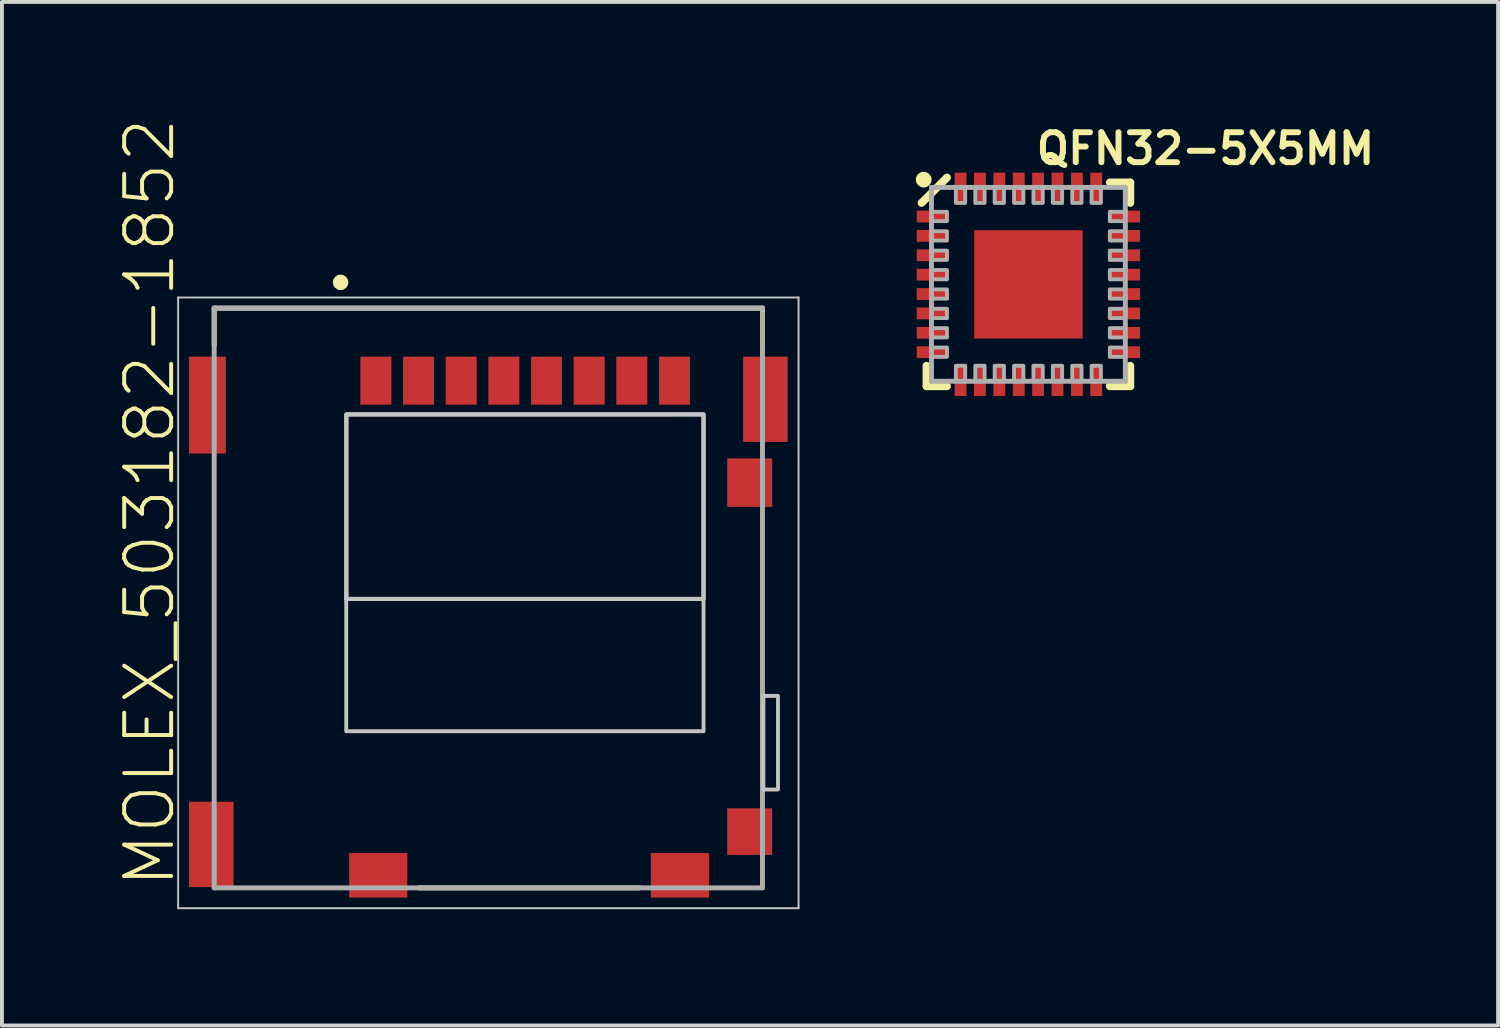
<source format=kicad_pcb>
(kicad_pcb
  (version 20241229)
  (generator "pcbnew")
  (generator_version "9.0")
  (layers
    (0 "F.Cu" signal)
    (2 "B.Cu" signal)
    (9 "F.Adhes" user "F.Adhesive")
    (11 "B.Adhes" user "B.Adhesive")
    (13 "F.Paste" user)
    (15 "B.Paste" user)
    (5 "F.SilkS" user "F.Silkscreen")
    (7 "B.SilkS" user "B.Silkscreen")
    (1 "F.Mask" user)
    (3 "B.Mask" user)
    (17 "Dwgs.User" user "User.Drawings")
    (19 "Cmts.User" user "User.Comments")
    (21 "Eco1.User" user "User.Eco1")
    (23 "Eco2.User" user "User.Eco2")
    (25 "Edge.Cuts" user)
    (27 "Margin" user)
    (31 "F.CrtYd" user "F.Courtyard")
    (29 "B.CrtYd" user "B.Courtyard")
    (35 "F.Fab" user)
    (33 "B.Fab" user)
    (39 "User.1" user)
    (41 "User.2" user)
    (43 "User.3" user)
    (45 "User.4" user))
  (footprint "QFN32-5X5MM"
    (layer "F.Cu")
    (at 23.472 4.283)
    (property "Reference" "QFN32-5X5MM" (at 0.127 -3.048 180) (layer "F.SilkS") (effects (font (size 0.772 0.772) (thickness 0.154)) (justify left bottom)))
    (attr through_hole)
    (fp_line (start -2.627 2.627) (end -2.627 2.1) (stroke (width 0.203) (type solid)) (layer "F.SilkS"))
    (fp_line (start -2.1 -2.754) (end -2.754 -2.1) (stroke (width 0.203) (type solid)) (layer "F.SilkS"))
    (fp_line (start -2.1 2.627) (end -2.627 2.627) (stroke (width 0.203) (type solid)) (layer "F.SilkS"))
    (fp_line (start 2.1 -2.627) (end 2.627 -2.627) (stroke (width 0.203) (type solid)) (layer "F.SilkS"))
    (fp_line (start 2.627 -2.627) (end 2.627 -2.1) (stroke (width 0.203) (type solid)) (layer "F.SilkS"))
    (fp_line (start 2.627 2.1) (end 2.627 2.627) (stroke (width 0.203) (type solid)) (layer "F.SilkS"))
    (fp_line (start 2.627 2.627) (end 2.1 2.627) (stroke (width 0.203) (type solid)) (layer "F.SilkS"))
    (fp_circle (center -2.7 -2.7) (end -2.598 -2.7) (stroke (width 0.203) (type solid)) (fill no) (layer "F.SilkS"))
    (fp_poly (pts (xy -1.45 -0.15) (xy -0.15 -0.15) (xy -0.15 -1.45) (xy -1.45 -1.45)) (stroke (width 0) (type solid)) (fill yes) (layer "F.Paste"))
    (fp_poly (pts (xy -0.15 1.45) (xy -0.15 0.15) (xy -1.45 0.15) (xy -1.45 1.45)) (stroke (width 0) (type solid)) (fill yes) (layer "F.Paste"))
    (fp_poly (pts (xy 0.15 -1.45) (xy 0.15 -0.15) (xy 1.45 -0.15) (xy 1.45 -1.45)) (stroke (width 0) (type solid)) (fill yes) (layer "F.Paste"))
    (fp_poly (pts (xy 1.45 0.15) (xy 0.15 0.15) (xy 0.15 1.45) (xy 1.45 1.45)) (stroke (width 0) (type solid)) (fill yes) (layer "F.Paste"))
    (fp_line (start -2.5 -2.5) (end -2.5 2.5) (stroke (width 0.127) (type solid)) (layer "F.Fab"))
    (fp_line (start -2.5 2.5) (end 2.5 2.5) (stroke (width 0.127) (type solid)) (layer "F.Fab"))
    (fp_line (start 2.5 -2.5) (end -2.5 -2.5) (stroke (width 0.127) (type solid)) (layer "F.Fab"))
    (fp_line (start 2.5 2.5) (end 2.5 -2.5) (stroke (width 0.127) (type solid)) (layer "F.Fab"))
    (fp_poly (pts (xy -2.5 -1.63) (xy -2.1 -1.63) (xy -2.1 -1.87) (xy -2.5 -1.87)) (stroke (width 0.1) (type solid)) (fill no) (layer "F.Fab"))
    (fp_poly (pts (xy -2.5 -1.13) (xy -2.1 -1.13) (xy -2.1 -1.37) (xy -2.5 -1.37)) (stroke (width 0.1) (type solid)) (fill no) (layer "F.Fab"))
    (fp_poly (pts (xy -2.5 -0.63) (xy -2.1 -0.63) (xy -2.1 -0.87) (xy -2.5 -0.87)) (stroke (width 0.1) (type solid)) (fill no) (layer "F.Fab"))
    (fp_poly (pts (xy -2.5 -0.13) (xy -2.1 -0.13) (xy -2.1 -0.37) (xy -2.5 -0.37)) (stroke (width 0.1) (type solid)) (fill no) (layer "F.Fab"))
    (fp_poly (pts (xy -2.5 0.37) (xy -2.1 0.37) (xy -2.1 0.13) (xy -2.5 0.13)) (stroke (width 0.1) (type solid)) (fill no) (layer "F.Fab"))
    (fp_poly (pts (xy -2.5 0.87) (xy -2.1 0.87) (xy -2.1 0.63) (xy -2.5 0.63)) (stroke (width 0.1) (type solid)) (fill no) (layer "F.Fab"))
    (fp_poly (pts (xy -2.5 1.37) (xy -2.1 1.37) (xy -2.1 1.13) (xy -2.5 1.13)) (stroke (width 0.1) (type solid)) (fill no) (layer "F.Fab"))
    (fp_poly (pts (xy -2.5 1.87) (xy -2.1 1.87) (xy -2.1 1.63) (xy -2.5 1.63)) (stroke (width 0.1) (type solid)) (fill no) (layer "F.Fab"))
    (fp_poly (pts (xy -1.87 -2.5) (xy -1.87 -2.1) (xy -1.63 -2.1) (xy -1.63 -2.5)) (stroke (width 0.1) (type solid)) (fill no) (layer "F.Fab"))
    (fp_poly (pts (xy -1.63 2.5) (xy -1.63 2.1) (xy -1.87 2.1) (xy -1.87 2.5)) (stroke (width 0.1) (type solid)) (fill no) (layer "F.Fab"))
    (fp_poly (pts (xy -1.37 -2.5) (xy -1.37 -2.1) (xy -1.13 -2.1) (xy -1.13 -2.5)) (stroke (width 0.1) (type solid)) (fill no) (layer "F.Fab"))
    (fp_poly (pts (xy -1.13 2.5) (xy -1.13 2.1) (xy -1.37 2.1) (xy -1.37 2.5)) (stroke (width 0.1) (type solid)) (fill no) (layer "F.Fab"))
    (fp_poly (pts (xy -0.87 -2.5) (xy -0.87 -2.1) (xy -0.63 -2.1) (xy -0.63 -2.5)) (stroke (width 0.1) (type solid)) (fill no) (layer "F.Fab"))
    (fp_poly (pts (xy -0.63 2.5) (xy -0.63 2.1) (xy -0.87 2.1) (xy -0.87 2.5)) (stroke (width 0.1) (type solid)) (fill no) (layer "F.Fab"))
    (fp_poly (pts (xy -0.37 -2.5) (xy -0.37 -2.1) (xy -0.13 -2.1) (xy -0.13 -2.5)) (stroke (width 0.1) (type solid)) (fill no) (layer "F.Fab"))
    (fp_poly (pts (xy -0.13 2.5) (xy -0.13 2.1) (xy -0.37 2.1) (xy -0.37 2.5)) (stroke (width 0.1) (type solid)) (fill no) (layer "F.Fab"))
    (fp_poly (pts (xy 0.13 -2.5) (xy 0.13 -2.1) (xy 0.37 -2.1) (xy 0.37 -2.5)) (stroke (width 0.1) (type solid)) (fill no) (layer "F.Fab"))
    (fp_poly (pts (xy 0.37 2.5) (xy 0.37 2.1) (xy 0.13 2.1) (xy 0.13 2.5)) (stroke (width 0.1) (type solid)) (fill no) (layer "F.Fab"))
    (fp_poly (pts (xy 0.63 -2.5) (xy 0.63 -2.1) (xy 0.87 -2.1) (xy 0.87 -2.5)) (stroke (width 0.1) (type solid)) (fill no) (layer "F.Fab"))
    (fp_poly (pts (xy 0.87 2.5) (xy 0.87 2.1) (xy 0.63 2.1) (xy 0.63 2.5)) (stroke (width 0.1) (type solid)) (fill no) (layer "F.Fab"))
    (fp_poly (pts (xy 1.13 -2.5) (xy 1.13 -2.1) (xy 1.37 -2.1) (xy 1.37 -2.5)) (stroke (width 0.1) (type solid)) (fill no) (layer "F.Fab"))
    (fp_poly (pts (xy 1.37 2.5) (xy 1.37 2.1) (xy 1.13 2.1) (xy 1.13 2.5)) (stroke (width 0.1) (type solid)) (fill no) (layer "F.Fab"))
    (fp_poly (pts (xy 1.63 -2.5) (xy 1.63 -2.1) (xy 1.87 -2.1) (xy 1.87 -2.5)) (stroke (width 0.1) (type solid)) (fill no) (layer "F.Fab"))
    (fp_poly (pts (xy 1.87 2.5) (xy 1.87 2.1) (xy 1.63 2.1) (xy 1.63 2.5)) (stroke (width 0.1) (type solid)) (fill no) (layer "F.Fab"))
    (fp_poly (pts (xy 2.5 -1.87) (xy 2.1 -1.87) (xy 2.1 -1.63) (xy 2.5 -1.63)) (stroke (width 0.1) (type solid)) (fill no) (layer "F.Fab"))
    (fp_poly (pts (xy 2.5 -1.37) (xy 2.1 -1.37) (xy 2.1 -1.13) (xy 2.5 -1.13)) (stroke (width 0.1) (type solid)) (fill no) (layer "F.Fab"))
    (fp_poly (pts (xy 2.5 -0.87) (xy 2.1 -0.87) (xy 2.1 -0.63) (xy 2.5 -0.63)) (stroke (width 0.1) (type solid)) (fill no) (layer "F.Fab"))
    (fp_poly (pts (xy 2.5 -0.37) (xy 2.1 -0.37) (xy 2.1 -0.13) (xy 2.5 -0.13)) (stroke (width 0.1) (type solid)) (fill no) (layer "F.Fab"))
    (fp_poly (pts (xy 2.5 0.13) (xy 2.1 0.13) (xy 2.1 0.37) (xy 2.5 0.37)) (stroke (width 0.1) (type solid)) (fill no) (layer "F.Fab"))
    (fp_poly (pts (xy 2.5 0.63) (xy 2.1 0.63) (xy 2.1 0.87) (xy 2.5 0.87)) (stroke (width 0.1) (type solid)) (fill no) (layer "F.Fab"))
    (fp_poly (pts (xy 2.5 1.13) (xy 2.1 1.13) (xy 2.1 1.37) (xy 2.5 1.37)) (stroke (width 0.1) (type solid)) (fill no) (layer "F.Fab"))
    (fp_poly (pts (xy 2.5 1.63) (xy 2.1 1.63) (xy 2.1 1.87) (xy 2.5 1.87)) (stroke (width 0.1) (type solid)) (fill no) (layer "F.Fab"))
    (pad "1" smd rect (at -2.5 -1.75) (size 0.762 0.305) (layers "F.Cu" "F.Mask" "F.Paste"))
    (pad "2" smd rect (at -2.5 -1.25) (size 0.762 0.305) (layers "F.Cu" "F.Mask" "F.Paste"))
    (pad "3" smd rect (at -2.5 -0.75) (size 0.762 0.305) (layers "F.Cu" "F.Mask" "F.Paste"))
    (pad "4" smd rect (at -2.5 -0.25) (size 0.762 0.305) (layers "F.Cu" "F.Mask" "F.Paste"))
    (pad "5" smd rect (at -2.5 0.25) (size 0.762 0.305) (layers "F.Cu" "F.Mask" "F.Paste"))
    (pad "6" smd rect (at -2.5 0.75) (size 0.762 0.305) (layers "F.Cu" "F.Mask" "F.Paste"))
    (pad "7" smd rect (at -2.5 1.25) (size 0.762 0.305) (layers "F.Cu" "F.Mask" "F.Paste"))
    (pad "8" smd rect (at -2.5 1.75) (size 0.762 0.305) (layers "F.Cu" "F.Mask" "F.Paste"))
    (pad "9" smd rect (at -1.75 2.5 90) (size 0.762 0.305) (layers "F.Cu" "F.Mask" "F.Paste"))
    (pad "10" smd rect (at -1.25 2.5 90) (size 0.762 0.305) (layers "F.Cu" "F.Mask" "F.Paste"))
    (pad "11" smd rect (at -0.75 2.5 90) (size 0.762 0.305) (layers "F.Cu" "F.Mask" "F.Paste"))
    (pad "12" smd rect (at -0.25 2.5 90) (size 0.762 0.305) (layers "F.Cu" "F.Mask" "F.Paste"))
    (pad "13" smd rect (at 0.25 2.5 90) (size 0.762 0.305) (layers "F.Cu" "F.Mask" "F.Paste"))
    (pad "14" smd rect (at 0.75 2.5 90) (size 0.762 0.305) (layers "F.Cu" "F.Mask" "F.Paste"))
    (pad "15" smd rect (at 1.25 2.5 90) (size 0.762 0.305) (layers "F.Cu" "F.Mask" "F.Paste"))
    (pad "16" smd rect (at 1.75 2.5 90) (size 0.762 0.305) (layers "F.Cu" "F.Mask" "F.Paste"))
    (pad "17" smd rect (at 2.5 1.75 180) (size 0.762 0.305) (layers "F.Cu" "F.Mask" "F.Paste"))
    (pad "18" smd rect (at 2.5 1.25 180) (size 0.762 0.305) (layers "F.Cu" "F.Mask" "F.Paste"))
    (pad "19" smd rect (at 2.5 0.75 180) (size 0.762 0.305) (layers "F.Cu" "F.Mask" "F.Paste"))
    (pad "20" smd rect (at 2.5 0.25 180) (size 0.762 0.305) (layers "F.Cu" "F.Mask" "F.Paste"))
    (pad "21" smd rect (at 2.5 -0.25 180) (size 0.762 0.305) (layers "F.Cu" "F.Mask" "F.Paste"))
    (pad "22" smd rect (at 2.5 -0.75 180) (size 0.762 0.305) (layers "F.Cu" "F.Mask" "F.Paste"))
    (pad "23" smd rect (at 2.5 -1.25 180) (size 0.762 0.305) (layers "F.Cu" "F.Mask" "F.Paste"))
    (pad "24" smd rect (at 2.5 -1.75 180) (size 0.762 0.305) (layers "F.Cu" "F.Mask" "F.Paste"))
    (pad "25" smd rect (at 1.75 -2.5 270) (size 0.762 0.305) (layers "F.Cu" "F.Mask" "F.Paste"))
    (pad "26" smd rect (at 1.25 -2.5 270) (size 0.762 0.305) (layers "F.Cu" "F.Mask" "F.Paste"))
    (pad "27" smd rect (at 0.75 -2.5 270) (size 0.762 0.305) (layers "F.Cu" "F.Mask" "F.Paste"))
    (pad "28" smd rect (at 0.25 -2.5 270) (size 0.762 0.305) (layers "F.Cu" "F.Mask" "F.Paste"))
    (pad "29" smd rect (at -0.25 -2.5 270) (size 0.762 0.305) (layers "F.Cu" "F.Mask" "F.Paste"))
    (pad "30" smd rect (at -0.75 -2.5 270) (size 0.762 0.305) (layers "F.Cu" "F.Mask" "F.Paste"))
    (pad "31" smd rect (at -1.25 -2.5 270) (size 0.762 0.305) (layers "F.Cu" "F.Mask" "F.Paste"))
    (pad "32" smd rect (at -1.75 -2.5 270) (size 0.762 0.305) (layers "F.Cu" "F.Mask" "F.Paste"))
    (pad "EP" smd rect (at 0 0) (size 2.794 2.794) (layers "F.Cu" "F.Mask")))
  (footprint "MOLEX_503182-1852"
    (layer "F.Cu")
    (at 9.544 13.122)
    (property "Reference" "MOLEX_503182-1852" (at -8.027 6.773 90) (layer "F.SilkS") (effects (font (size 1.211 1.211) (thickness 0.102)) (justify left bottom)))
    (attr through_hole)
    (fp_line (start -7.07 -8.225) (end 7.07 -8.225) (stroke (width 0.127) (type solid)) (layer "F.SilkS"))
    (fp_line (start -7.07 -7.28) (end -7.07 -8.225) (stroke (width 0.127) (type solid)) (layer "F.SilkS"))
    (fp_line (start -1.8 6.725) (end 3.9 6.725) (stroke (width 0.127) (type solid)) (layer "F.SilkS"))
    (fp_line (start 7.07 -8.225) (end 7.07 -7.28) (stroke (width 0.127) (type solid)) (layer "F.SilkS"))
    (fp_circle (center -3.81 -8.89) (end -3.71 -8.89) (stroke (width 0.2) (type solid)) (fill no) (layer "F.SilkS"))
    (fp_line (start -8 -8.5) (end -8 7.25) (stroke (width 0.05) (type solid)) (layer "Dwgs.User"))
    (fp_line (start -8 7.25) (end 8 7.25) (stroke (width 0.05) (type solid)) (layer "Dwgs.User"))
    (fp_line (start 8 -8.5) (end -8 -8.5) (stroke (width 0.05) (type solid)) (layer "Dwgs.User"))
    (fp_line (start 8 7.25) (end 8 -8.5) (stroke (width 0.05) (type solid)) (layer "Dwgs.User"))
    (fp_poly (pts (xy -3.665 2.686) (xy 5.55 2.686) (xy 5.55 -0.725) (xy -3.665 -0.725)) (stroke (width 0.1) (type solid)) (fill no) (layer "Dwgs.User"))
    (fp_poly (pts (xy -3.663 -0.728) (xy 5.55 -0.728) (xy 5.55 -5.485) (xy -3.663 -5.485)) (stroke (width 0.1) (type solid)) (fill no) (layer "Dwgs.User"))
    (fp_poly (pts (xy -3.662 -0.727) (xy 5.55 -0.727) (xy 5.55 -5.485) (xy -3.662 -5.485)) (stroke (width 0.1) (type solid)) (fill no) (layer "Dwgs.User"))
    (fp_poly (pts (xy -3.66 -0.727) (xy 5.55 -0.727) (xy 5.55 -5.485) (xy -3.66 -5.485)) (stroke (width 0.1) (type solid)) (fill no) (layer "Dwgs.User"))
    (fp_poly (pts (xy 7.094 4.189) (xy 7.47 4.189) (xy 7.47 1.775) (xy 7.094 1.775)) (stroke (width 0.1) (type solid)) (fill no) (layer "Dwgs.User"))
    (fp_line (start -7.07 -8.225) (end 7.07 -8.225) (stroke (width 0.127) (type solid)) (layer "F.Fab"))
    (fp_line (start -7.07 6.725) (end -7.07 -8.225) (stroke (width 0.127) (type solid)) (layer "F.Fab"))
    (fp_line (start 7.07 -8.225) (end 7.07 6.725) (stroke (width 0.127) (type solid)) (layer "F.Fab"))
    (fp_line (start 7.07 6.725) (end -7.07 6.725) (stroke (width 0.127) (type solid)) (layer "F.Fab"))
    (pad "1" smd rect (at -2.9 -6.355) (size 0.8 1.24) (layers "F.Cu" "F.Mask" "F.Paste"))
    (pad "2" smd rect (at -1.8 -6.355) (size 0.8 1.24) (layers "F.Cu" "F.Mask" "F.Paste"))
    (pad "3" smd rect (at -0.7 -6.355) (size 0.8 1.24) (layers "F.Cu" "F.Mask" "F.Paste"))
    (pad "4" smd rect (at 0.4 -6.355) (size 0.8 1.24) (layers "F.Cu" "F.Mask" "F.Paste"))
    (pad "5" smd rect (at 1.5 -6.355) (size 0.8 1.24) (layers "F.Cu" "F.Mask" "F.Paste"))
    (pad "6" smd rect (at 2.6 -6.355) (size 0.8 1.24) (layers "F.Cu" "F.Mask" "F.Paste"))
    (pad "7" smd rect (at 3.7 -6.355) (size 0.8 1.24) (layers "F.Cu" "F.Mask" "F.Paste"))
    (pad "8" smd rect (at 4.8 -6.355) (size 0.8 1.24) (layers "F.Cu" "F.Mask" "F.Paste"))
    (pad "DT" smd rect (at 6.74 5.275) (size 1.16 1.2) (layers "F.Cu" "F.Mask" "F.Paste"))
    (pad "P1" smd rect (at -7.245 -5.725) (size 0.95 2.5) (layers "F.Cu" "F.Mask" "F.Paste"))
    (pad "P2" smd rect (at 7.145 -5.875) (size 1.15 2.2) (layers "F.Cu" "F.Mask" "F.Paste"))
    (pad "P3" smd rect (at -7.145 5.605) (size 1.15 2.2) (layers "F.Cu" "F.Mask" "F.Paste"))
    (pad "P4" smd rect (at -2.84 6.4) (size 1.5 1.15) (layers "F.Cu" "F.Mask" "F.Paste"))
    (pad "P5" smd rect (at 4.94 6.4) (size 1.5 1.15) (layers "F.Cu" "F.Mask" "F.Paste"))
    (pad "SW" smd rect (at 6.74 -3.725) (size 1.16 1.25) (layers "F.Cu" "F.Mask" "F.Paste")))
  (gr_rect
    (start -3 -3)
    (end 35.585 23.397)
    (stroke (width 0.1) (type default))
    (fill no)
    (layer "Edge.Cuts")))
</source>
